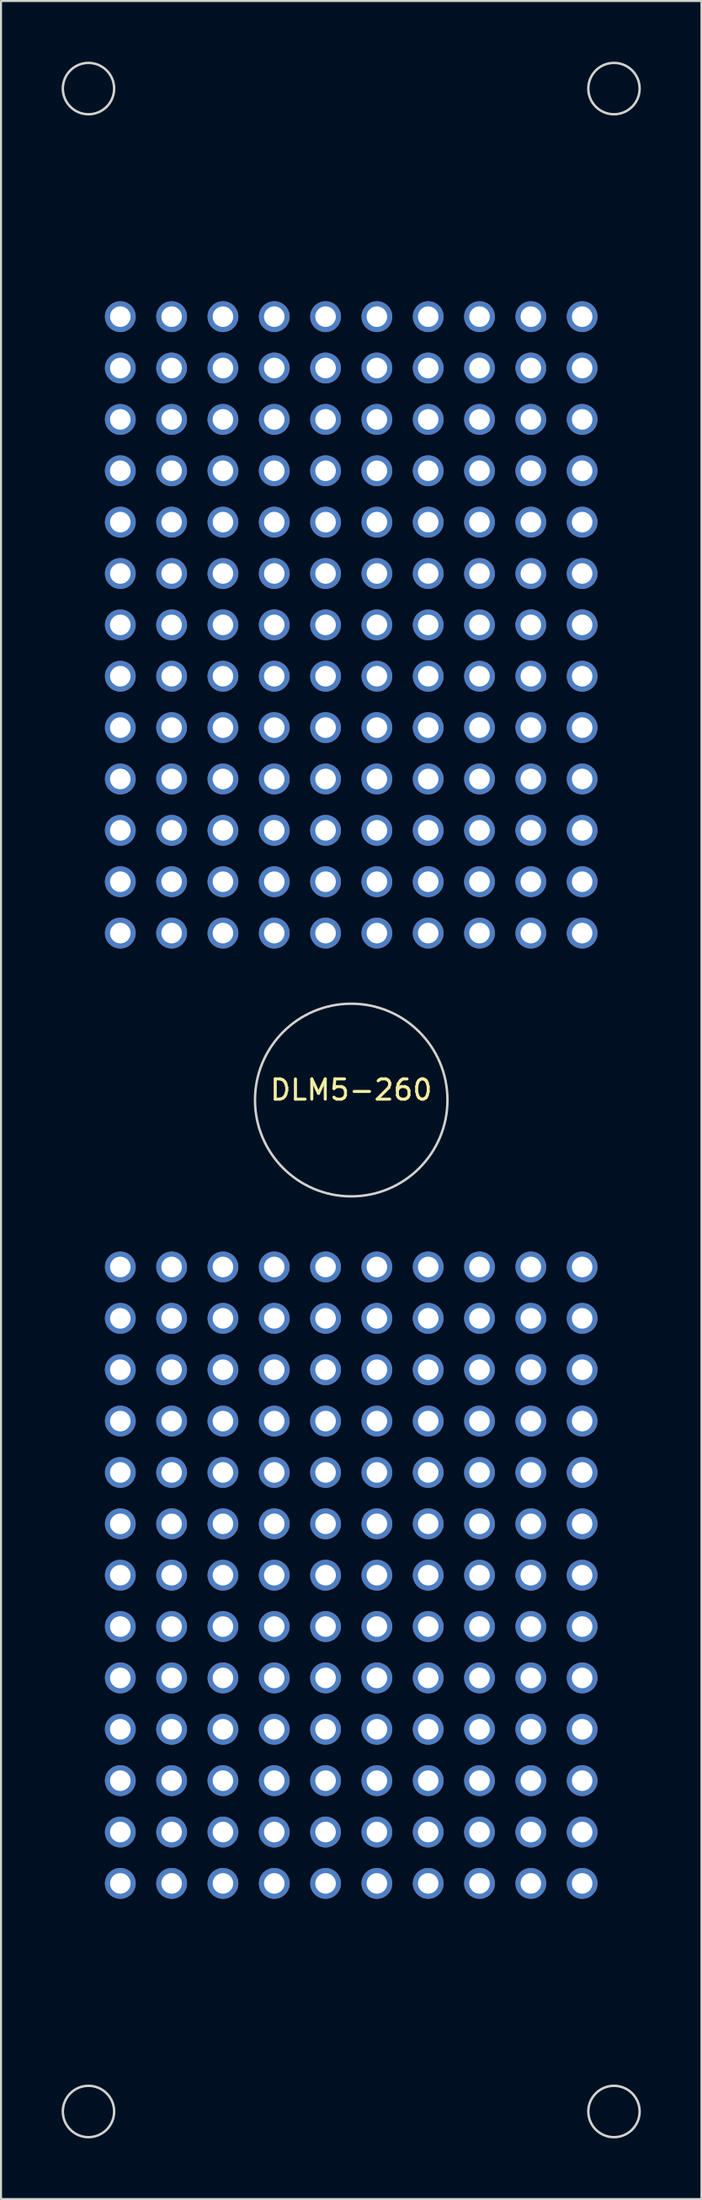
<source format=kicad_pcb>
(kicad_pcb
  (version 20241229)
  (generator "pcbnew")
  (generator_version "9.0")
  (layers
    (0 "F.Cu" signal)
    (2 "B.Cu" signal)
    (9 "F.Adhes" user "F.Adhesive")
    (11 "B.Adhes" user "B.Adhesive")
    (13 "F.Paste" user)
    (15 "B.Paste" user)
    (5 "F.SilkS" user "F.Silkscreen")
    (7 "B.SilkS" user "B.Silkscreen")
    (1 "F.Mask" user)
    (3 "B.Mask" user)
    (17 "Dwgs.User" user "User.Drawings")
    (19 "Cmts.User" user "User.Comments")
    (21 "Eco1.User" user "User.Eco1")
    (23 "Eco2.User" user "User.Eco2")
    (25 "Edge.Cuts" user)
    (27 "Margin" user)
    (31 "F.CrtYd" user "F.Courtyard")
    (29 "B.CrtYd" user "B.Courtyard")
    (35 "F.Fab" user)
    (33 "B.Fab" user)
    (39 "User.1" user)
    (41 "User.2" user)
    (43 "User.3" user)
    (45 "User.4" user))
  (footprint "DLM5-260"
    (layer "F.Cu")
    (at 14.335 51.343)
    (property "Reference" "DLM5-260" (at 0 -0.5 0) (unlocked yes) (layer "F.SilkS") (effects (font (size 1 1) (thickness 0.15))))
    (attr through_hole)
    (fp_circle (center -13.005 -50.013) (end -11.735 -50.013) (stroke (width 0.12) (type solid)) (fill no) (layer "Edge.Cuts"))
    (fp_circle (center -13.005 50.013) (end -11.735 50.013) (stroke (width 0.12) (type solid)) (fill no) (layer "Edge.Cuts"))
    (fp_circle (center 0 0) (end 4.763 0) (stroke (width 0.12) (type solid)) (fill no) (layer "Edge.Cuts"))
    (fp_circle (center 13.005 -50.013) (end 14.275 -50.013) (stroke (width 0.12) (type solid)) (fill no) (layer "Edge.Cuts"))
    (fp_circle (center 13.005 50.013) (end 14.275 50.013) (stroke (width 0.12) (type solid)) (fill no) (layer "Edge.Cuts"))
    (pad "1" thru_hole circle (at -11.43 -38.735) (size 1.524 1.524) (drill 1.016) (layers "*.Cu" "*.Mask"))
    (pad "2" thru_hole circle (at -8.89 -38.735) (size 1.524 1.524) (drill 1.016) (layers "*.Cu" "*.Mask"))
    (pad "3" thru_hole circle (at -6.35 -38.735) (size 1.524 1.524) (drill 1.016) (layers "*.Cu" "*.Mask"))
    (pad "4" thru_hole circle (at -3.81 -38.735) (size 1.524 1.524) (drill 1.016) (layers "*.Cu" "*.Mask"))
    (pad "5" thru_hole circle (at -1.27 -38.735) (size 1.524 1.524) (drill 1.016) (layers "*.Cu" "*.Mask"))
    (pad "6" thru_hole circle (at 1.27 -38.735) (size 1.524 1.524) (drill 1.016) (layers "*.Cu" "*.Mask"))
    (pad "7" thru_hole circle (at 3.81 -38.735) (size 1.524 1.524) (drill 1.016) (layers "*.Cu" "*.Mask"))
    (pad "8" thru_hole circle (at 6.35 -38.735) (size 1.524 1.524) (drill 1.016) (layers "*.Cu" "*.Mask"))
    (pad "9" thru_hole circle (at 8.89 -38.735) (size 1.524 1.524) (drill 1.016) (layers "*.Cu" "*.Mask"))
    (pad "10" thru_hole circle (at 11.43 -38.735) (size 1.524 1.524) (drill 1.016) (layers "*.Cu" "*.Mask"))
    (pad "11" thru_hole circle (at -11.43 -36.195) (size 1.524 1.524) (drill 1.016) (layers "*.Cu" "*.Mask"))
    (pad "12" thru_hole circle (at -8.89 -36.195) (size 1.524 1.524) (drill 1.016) (layers "*.Cu" "*.Mask"))
    (pad "13" thru_hole circle (at -6.35 -36.195) (size 1.524 1.524) (drill 1.016) (layers "*.Cu" "*.Mask"))
    (pad "14" thru_hole circle (at -3.81 -36.195) (size 1.524 1.524) (drill 1.016) (layers "*.Cu" "*.Mask"))
    (pad "15" thru_hole circle (at -1.27 -36.195) (size 1.524 1.524) (drill 1.016) (layers "*.Cu" "*.Mask"))
    (pad "16" thru_hole circle (at 1.27 -36.195) (size 1.524 1.524) (drill 1.016) (layers "*.Cu" "*.Mask"))
    (pad "17" thru_hole circle (at 3.81 -36.195) (size 1.524 1.524) (drill 1.016) (layers "*.Cu" "*.Mask"))
    (pad "18" thru_hole circle (at 6.35 -36.195) (size 1.524 1.524) (drill 1.016) (layers "*.Cu" "*.Mask"))
    (pad "19" thru_hole circle (at 8.89 -36.195) (size 1.524 1.524) (drill 1.016) (layers "*.Cu" "*.Mask"))
    (pad "20" thru_hole circle (at 11.43 -36.195) (size 1.524 1.524) (drill 1.016) (layers "*.Cu" "*.Mask"))
    (pad "21" thru_hole circle (at -11.43 -33.655) (size 1.524 1.524) (drill 1.016) (layers "*.Cu" "*.Mask"))
    (pad "22" thru_hole circle (at -8.89 -33.655) (size 1.524 1.524) (drill 1.016) (layers "*.Cu" "*.Mask"))
    (pad "23" thru_hole circle (at -6.35 -33.655) (size 1.524 1.524) (drill 1.016) (layers "*.Cu" "*.Mask"))
    (pad "24" thru_hole circle (at -3.81 -33.655) (size 1.524 1.524) (drill 1.016) (layers "*.Cu" "*.Mask"))
    (pad "25" thru_hole circle (at -1.27 -33.655) (size 1.524 1.524) (drill 1.016) (layers "*.Cu" "*.Mask"))
    (pad "26" thru_hole circle (at 1.27 -33.655) (size 1.524 1.524) (drill 1.016) (layers "*.Cu" "*.Mask"))
    (pad "27" thru_hole circle (at 3.81 -33.655) (size 1.524 1.524) (drill 1.016) (layers "*.Cu" "*.Mask"))
    (pad "28" thru_hole circle (at 6.35 -33.655) (size 1.524 1.524) (drill 1.016) (layers "*.Cu" "*.Mask"))
    (pad "29" thru_hole circle (at 8.89 -33.655) (size 1.524 1.524) (drill 1.016) (layers "*.Cu" "*.Mask"))
    (pad "30" thru_hole circle (at 11.43 -33.655) (size 1.524 1.524) (drill 1.016) (layers "*.Cu" "*.Mask"))
    (pad "31" thru_hole circle (at -11.43 -31.115) (size 1.524 1.524) (drill 1.016) (layers "*.Cu" "*.Mask"))
    (pad "32" thru_hole circle (at -8.89 -31.115) (size 1.524 1.524) (drill 1.016) (layers "*.Cu" "*.Mask"))
    (pad "33" thru_hole circle (at -6.35 -31.115) (size 1.524 1.524) (drill 1.016) (layers "*.Cu" "*.Mask"))
    (pad "34" thru_hole circle (at -3.81 -31.115) (size 1.524 1.524) (drill 1.016) (layers "*.Cu" "*.Mask"))
    (pad "35" thru_hole circle (at -1.27 -31.115) (size 1.524 1.524) (drill 1.016) (layers "*.Cu" "*.Mask"))
    (pad "36" thru_hole circle (at 1.27 -31.115) (size 1.524 1.524) (drill 1.016) (layers "*.Cu" "*.Mask"))
    (pad "37" thru_hole circle (at 3.81 -31.115) (size 1.524 1.524) (drill 1.016) (layers "*.Cu" "*.Mask"))
    (pad "38" thru_hole circle (at 6.35 -31.115) (size 1.524 1.524) (drill 1.016) (layers "*.Cu" "*.Mask"))
    (pad "39" thru_hole circle (at 8.89 -31.115) (size 1.524 1.524) (drill 1.016) (layers "*.Cu" "*.Mask"))
    (pad "40" thru_hole circle (at 11.43 -31.115) (size 1.524 1.524) (drill 1.016) (layers "*.Cu" "*.Mask"))
    (pad "41" thru_hole circle (at -11.43 -28.575) (size 1.524 1.524) (drill 1.016) (layers "*.Cu" "*.Mask"))
    (pad "42" thru_hole circle (at -8.89 -28.575) (size 1.524 1.524) (drill 1.016) (layers "*.Cu" "*.Mask"))
    (pad "43" thru_hole circle (at -6.35 -28.575) (size 1.524 1.524) (drill 1.016) (layers "*.Cu" "*.Mask"))
    (pad "44" thru_hole circle (at -3.81 -28.575) (size 1.524 1.524) (drill 1.016) (layers "*.Cu" "*.Mask"))
    (pad "45" thru_hole circle (at -1.27 -28.575) (size 1.524 1.524) (drill 1.016) (layers "*.Cu" "*.Mask"))
    (pad "46" thru_hole circle (at 1.27 -28.575) (size 1.524 1.524) (drill 1.016) (layers "*.Cu" "*.Mask"))
    (pad "47" thru_hole circle (at 3.81 -28.575) (size 1.524 1.524) (drill 1.016) (layers "*.Cu" "*.Mask"))
    (pad "48" thru_hole circle (at 6.35 -28.575) (size 1.524 1.524) (drill 1.016) (layers "*.Cu" "*.Mask"))
    (pad "49" thru_hole circle (at 8.89 -28.575) (size 1.524 1.524) (drill 1.016) (layers "*.Cu" "*.Mask"))
    (pad "50" thru_hole circle (at 11.43 -28.575) (size 1.524 1.524) (drill 1.016) (layers "*.Cu" "*.Mask"))
    (pad "51" thru_hole circle (at -11.43 -26.035) (size 1.524 1.524) (drill 1.016) (layers "*.Cu" "*.Mask"))
    (pad "52" thru_hole circle (at -8.89 -26.035) (size 1.524 1.524) (drill 1.016) (layers "*.Cu" "*.Mask"))
    (pad "53" thru_hole circle (at -6.35 -26.035) (size 1.524 1.524) (drill 1.016) (layers "*.Cu" "*.Mask"))
    (pad "54" thru_hole circle (at -3.81 -26.035) (size 1.524 1.524) (drill 1.016) (layers "*.Cu" "*.Mask"))
    (pad "55" thru_hole circle (at -1.27 -26.035) (size 1.524 1.524) (drill 1.016) (layers "*.Cu" "*.Mask"))
    (pad "56" thru_hole circle (at 1.27 -26.035) (size 1.524 1.524) (drill 1.016) (layers "*.Cu" "*.Mask"))
    (pad "57" thru_hole circle (at 3.81 -26.035) (size 1.524 1.524) (drill 1.016) (layers "*.Cu" "*.Mask"))
    (pad "58" thru_hole circle (at 6.35 -26.035) (size 1.524 1.524) (drill 1.016) (layers "*.Cu" "*.Mask"))
    (pad "59" thru_hole circle (at 8.89 -26.035) (size 1.524 1.524) (drill 1.016) (layers "*.Cu" "*.Mask"))
    (pad "60" thru_hole circle (at 11.43 -26.035) (size 1.524 1.524) (drill 1.016) (layers "*.Cu" "*.Mask"))
    (pad "61" thru_hole circle (at -11.43 -23.495) (size 1.524 1.524) (drill 1.016) (layers "*.Cu" "*.Mask"))
    (pad "62" thru_hole circle (at -8.89 -23.495) (size 1.524 1.524) (drill 1.016) (layers "*.Cu" "*.Mask"))
    (pad "63" thru_hole circle (at -6.35 -23.495) (size 1.524 1.524) (drill 1.016) (layers "*.Cu" "*.Mask"))
    (pad "64" thru_hole circle (at -3.81 -23.495) (size 1.524 1.524) (drill 1.016) (layers "*.Cu" "*.Mask"))
    (pad "65" thru_hole circle (at -1.27 -23.495) (size 1.524 1.524) (drill 1.016) (layers "*.Cu" "*.Mask"))
    (pad "66" thru_hole circle (at 1.27 -23.495) (size 1.524 1.524) (drill 1.016) (layers "*.Cu" "*.Mask"))
    (pad "67" thru_hole circle (at 3.81 -23.495) (size 1.524 1.524) (drill 1.016) (layers "*.Cu" "*.Mask"))
    (pad "68" thru_hole circle (at 6.35 -23.495) (size 1.524 1.524) (drill 1.016) (layers "*.Cu" "*.Mask"))
    (pad "69" thru_hole circle (at 8.89 -23.495) (size 1.524 1.524) (drill 1.016) (layers "*.Cu" "*.Mask"))
    (pad "70" thru_hole circle (at 11.43 -23.495) (size 1.524 1.524) (drill 1.016) (layers "*.Cu" "*.Mask"))
    (pad "71" thru_hole circle (at -11.43 -20.955) (size 1.524 1.524) (drill 1.016) (layers "*.Cu" "*.Mask"))
    (pad "72" thru_hole circle (at -8.89 -20.955) (size 1.524 1.524) (drill 1.016) (layers "*.Cu" "*.Mask"))
    (pad "73" thru_hole circle (at -6.35 -20.955) (size 1.524 1.524) (drill 1.016) (layers "*.Cu" "*.Mask"))
    (pad "74" thru_hole circle (at -3.81 -20.955) (size 1.524 1.524) (drill 1.016) (layers "*.Cu" "*.Mask"))
    (pad "75" thru_hole circle (at -1.27 -20.955) (size 1.524 1.524) (drill 1.016) (layers "*.Cu" "*.Mask"))
    (pad "76" thru_hole circle (at 1.27 -20.955) (size 1.524 1.524) (drill 1.016) (layers "*.Cu" "*.Mask"))
    (pad "77" thru_hole circle (at 3.81 -20.955) (size 1.524 1.524) (drill 1.016) (layers "*.Cu" "*.Mask"))
    (pad "78" thru_hole circle (at 6.35 -20.955) (size 1.524 1.524) (drill 1.016) (layers "*.Cu" "*.Mask"))
    (pad "79" thru_hole circle (at 8.89 -20.955) (size 1.524 1.524) (drill 1.016) (layers "*.Cu" "*.Mask"))
    (pad "80" thru_hole circle (at 11.43 -20.955) (size 1.524 1.524) (drill 1.016) (layers "*.Cu" "*.Mask"))
    (pad "81" thru_hole circle (at -11.43 -18.415) (size 1.524 1.524) (drill 1.016) (layers "*.Cu" "*.Mask"))
    (pad "82" thru_hole circle (at -8.89 -18.415) (size 1.524 1.524) (drill 1.016) (layers "*.Cu" "*.Mask"))
    (pad "83" thru_hole circle (at -6.35 -18.415) (size 1.524 1.524) (drill 1.016) (layers "*.Cu" "*.Mask"))
    (pad "84" thru_hole circle (at -3.81 -18.415) (size 1.524 1.524) (drill 1.016) (layers "*.Cu" "*.Mask"))
    (pad "85" thru_hole circle (at -1.27 -18.415) (size 1.524 1.524) (drill 1.016) (layers "*.Cu" "*.Mask"))
    (pad "86" thru_hole circle (at 1.27 -18.415) (size 1.524 1.524) (drill 1.016) (layers "*.Cu" "*.Mask"))
    (pad "87" thru_hole circle (at 3.81 -18.415) (size 1.524 1.524) (drill 1.016) (layers "*.Cu" "*.Mask"))
    (pad "88" thru_hole circle (at 6.35 -18.415) (size 1.524 1.524) (drill 1.016) (layers "*.Cu" "*.Mask"))
    (pad "89" thru_hole circle (at 8.89 -18.415) (size 1.524 1.524) (drill 1.016) (layers "*.Cu" "*.Mask"))
    (pad "90" thru_hole circle (at 11.43 -18.415) (size 1.524 1.524) (drill 1.016) (layers "*.Cu" "*.Mask"))
    (pad "91" thru_hole circle (at -11.43 -15.875) (size 1.524 1.524) (drill 1.016) (layers "*.Cu" "*.Mask"))
    (pad "92" thru_hole circle (at -8.89 -15.875) (size 1.524 1.524) (drill 1.016) (layers "*.Cu" "*.Mask"))
    (pad "93" thru_hole circle (at -6.35 -15.875) (size 1.524 1.524) (drill 1.016) (layers "*.Cu" "*.Mask"))
    (pad "94" thru_hole circle (at -3.81 -15.875) (size 1.524 1.524) (drill 1.016) (layers "*.Cu" "*.Mask"))
    (pad "95" thru_hole circle (at -1.27 -15.875) (size 1.524 1.524) (drill 1.016) (layers "*.Cu" "*.Mask"))
    (pad "96" thru_hole circle (at 1.27 -15.875) (size 1.524 1.524) (drill 1.016) (layers "*.Cu" "*.Mask"))
    (pad "97" thru_hole circle (at 3.81 -15.875) (size 1.524 1.524) (drill 1.016) (layers "*.Cu" "*.Mask"))
    (pad "98" thru_hole circle (at 6.35 -15.875) (size 1.524 1.524) (drill 1.016) (layers "*.Cu" "*.Mask"))
    (pad "99" thru_hole circle (at 8.89 -15.875) (size 1.524 1.524) (drill 1.016) (layers "*.Cu" "*.Mask"))
    (pad "100" thru_hole circle (at 11.43 -15.875) (size 1.524 1.524) (drill 1.016) (layers "*.Cu" "*.Mask"))
    (pad "101" thru_hole circle (at -11.43 -13.335) (size 1.524 1.524) (drill 1.016) (layers "*.Cu" "*.Mask"))
    (pad "102" thru_hole circle (at -8.89 -13.335) (size 1.524 1.524) (drill 1.016) (layers "*.Cu" "*.Mask"))
    (pad "103" thru_hole circle (at -6.35 -13.335) (size 1.524 1.524) (drill 1.016) (layers "*.Cu" "*.Mask"))
    (pad "104" thru_hole circle (at -3.81 -13.335) (size 1.524 1.524) (drill 1.016) (layers "*.Cu" "*.Mask"))
    (pad "105" thru_hole circle (at -1.27 -13.335) (size 1.524 1.524) (drill 1.016) (layers "*.Cu" "*.Mask"))
    (pad "106" thru_hole circle (at 1.27 -13.335) (size 1.524 1.524) (drill 1.016) (layers "*.Cu" "*.Mask"))
    (pad "107" thru_hole circle (at 3.81 -13.335) (size 1.524 1.524) (drill 1.016) (layers "*.Cu" "*.Mask"))
    (pad "108" thru_hole circle (at 6.35 -13.335) (size 1.524 1.524) (drill 1.016) (layers "*.Cu" "*.Mask"))
    (pad "109" thru_hole circle (at 8.89 -13.335) (size 1.524 1.524) (drill 1.016) (layers "*.Cu" "*.Mask"))
    (pad "110" thru_hole circle (at 11.43 -13.335) (size 1.524 1.524) (drill 1.016) (layers "*.Cu" "*.Mask"))
    (pad "111" thru_hole circle (at -11.43 -10.795) (size 1.524 1.524) (drill 1.016) (layers "*.Cu" "*.Mask"))
    (pad "112" thru_hole circle (at -8.89 -10.795) (size 1.524 1.524) (drill 1.016) (layers "*.Cu" "*.Mask"))
    (pad "113" thru_hole circle (at -6.35 -10.795) (size 1.524 1.524) (drill 1.016) (layers "*.Cu" "*.Mask"))
    (pad "114" thru_hole circle (at -3.81 -10.795) (size 1.524 1.524) (drill 1.016) (layers "*.Cu" "*.Mask"))
    (pad "115" thru_hole circle (at -1.27 -10.795) (size 1.524 1.524) (drill 1.016) (layers "*.Cu" "*.Mask"))
    (pad "116" thru_hole circle (at 1.27 -10.795) (size 1.524 1.524) (drill 1.016) (layers "*.Cu" "*.Mask"))
    (pad "117" thru_hole circle (at 3.81 -10.795) (size 1.524 1.524) (drill 1.016) (layers "*.Cu" "*.Mask"))
    (pad "118" thru_hole circle (at 6.35 -10.795) (size 1.524 1.524) (drill 1.016) (layers "*.Cu" "*.Mask"))
    (pad "119" thru_hole circle (at 8.89 -10.795) (size 1.524 1.524) (drill 1.016) (layers "*.Cu" "*.Mask"))
    (pad "120" thru_hole circle (at 11.43 -10.795) (size 1.524 1.524) (drill 1.016) (layers "*.Cu" "*.Mask"))
    (pad "121" thru_hole circle (at -11.43 -8.255) (size 1.524 1.524) (drill 1.016) (layers "*.Cu" "*.Mask"))
    (pad "122" thru_hole circle (at -8.89 -8.255) (size 1.524 1.524) (drill 1.016) (layers "*.Cu" "*.Mask"))
    (pad "123" thru_hole circle (at -6.35 -8.255) (size 1.524 1.524) (drill 1.016) (layers "*.Cu" "*.Mask"))
    (pad "124" thru_hole circle (at -3.81 -8.255) (size 1.524 1.524) (drill 1.016) (layers "*.Cu" "*.Mask"))
    (pad "125" thru_hole circle (at -1.27 -8.255) (size 1.524 1.524) (drill 1.016) (layers "*.Cu" "*.Mask"))
    (pad "126" thru_hole circle (at 1.27 -8.255) (size 1.524 1.524) (drill 1.016) (layers "*.Cu" "*.Mask"))
    (pad "127" thru_hole circle (at 3.81 -8.255) (size 1.524 1.524) (drill 1.016) (layers "*.Cu" "*.Mask"))
    (pad "128" thru_hole circle (at 6.35 -8.255) (size 1.524 1.524) (drill 1.016) (layers "*.Cu" "*.Mask"))
    (pad "129" thru_hole circle (at 8.89 -8.255) (size 1.524 1.524) (drill 1.016) (layers "*.Cu" "*.Mask"))
    (pad "130" thru_hole circle (at 11.43 -8.255) (size 1.524 1.524) (drill 1.016) (layers "*.Cu" "*.Mask"))
    (pad "131" thru_hole circle (at -11.43 8.255) (size 1.524 1.524) (drill 1.016) (layers "*.Cu" "*.Mask"))
    (pad "132" thru_hole circle (at -8.89 8.255) (size 1.524 1.524) (drill 1.016) (layers "*.Cu" "*.Mask"))
    (pad "133" thru_hole circle (at -6.35 8.255) (size 1.524 1.524) (drill 1.016) (layers "*.Cu" "*.Mask"))
    (pad "134" thru_hole circle (at -3.81 8.255) (size 1.524 1.524) (drill 1.016) (layers "*.Cu" "*.Mask"))
    (pad "135" thru_hole circle (at -1.27 8.255) (size 1.524 1.524) (drill 1.016) (layers "*.Cu" "*.Mask"))
    (pad "136" thru_hole circle (at 1.27 8.255) (size 1.524 1.524) (drill 1.016) (layers "*.Cu" "*.Mask"))
    (pad "137" thru_hole circle (at 3.81 8.255) (size 1.524 1.524) (drill 1.016) (layers "*.Cu" "*.Mask"))
    (pad "138" thru_hole circle (at 6.35 8.255) (size 1.524 1.524) (drill 1.016) (layers "*.Cu" "*.Mask"))
    (pad "139" thru_hole circle (at 8.89 8.255) (size 1.524 1.524) (drill 1.016) (layers "*.Cu" "*.Mask"))
    (pad "140" thru_hole circle (at 11.43 8.255) (size 1.524 1.524) (drill 1.016) (layers "*.Cu" "*.Mask"))
    (pad "141" thru_hole circle (at -11.43 10.795) (size 1.524 1.524) (drill 1.016) (layers "*.Cu" "*.Mask"))
    (pad "142" thru_hole circle (at -8.89 10.795) (size 1.524 1.524) (drill 1.016) (layers "*.Cu" "*.Mask"))
    (pad "143" thru_hole circle (at -6.35 10.795) (size 1.524 1.524) (drill 1.016) (layers "*.Cu" "*.Mask"))
    (pad "144" thru_hole circle (at -3.81 10.795) (size 1.524 1.524) (drill 1.016) (layers "*.Cu" "*.Mask"))
    (pad "145" thru_hole circle (at -1.27 10.795) (size 1.524 1.524) (drill 1.016) (layers "*.Cu" "*.Mask"))
    (pad "146" thru_hole circle (at 1.27 10.795) (size 1.524 1.524) (drill 1.016) (layers "*.Cu" "*.Mask"))
    (pad "147" thru_hole circle (at 3.81 10.795) (size 1.524 1.524) (drill 1.016) (layers "*.Cu" "*.Mask"))
    (pad "148" thru_hole circle (at 6.35 10.795) (size 1.524 1.524) (drill 1.016) (layers "*.Cu" "*.Mask"))
    (pad "149" thru_hole circle (at 8.89 10.795) (size 1.524 1.524) (drill 1.016) (layers "*.Cu" "*.Mask"))
    (pad "150" thru_hole circle (at 11.43 10.795) (size 1.524 1.524) (drill 1.016) (layers "*.Cu" "*.Mask"))
    (pad "151" thru_hole circle (at -11.43 13.335) (size 1.524 1.524) (drill 1.016) (layers "*.Cu" "*.Mask"))
    (pad "152" thru_hole circle (at -8.89 13.335) (size 1.524 1.524) (drill 1.016) (layers "*.Cu" "*.Mask"))
    (pad "153" thru_hole circle (at -6.35 13.335) (size 1.524 1.524) (drill 1.016) (layers "*.Cu" "*.Mask"))
    (pad "154" thru_hole circle (at -3.81 13.335) (size 1.524 1.524) (drill 1.016) (layers "*.Cu" "*.Mask"))
    (pad "155" thru_hole circle (at -1.27 13.335) (size 1.524 1.524) (drill 1.016) (layers "*.Cu" "*.Mask"))
    (pad "156" thru_hole circle (at 1.27 13.335) (size 1.524 1.524) (drill 1.016) (layers "*.Cu" "*.Mask"))
    (pad "157" thru_hole circle (at 3.81 13.335) (size 1.524 1.524) (drill 1.016) (layers "*.Cu" "*.Mask"))
    (pad "158" thru_hole circle (at 6.35 13.335) (size 1.524 1.524) (drill 1.016) (layers "*.Cu" "*.Mask"))
    (pad "159" thru_hole circle (at 8.89 13.335) (size 1.524 1.524) (drill 1.016) (layers "*.Cu" "*.Mask"))
    (pad "160" thru_hole circle (at 11.43 13.335) (size 1.524 1.524) (drill 1.016) (layers "*.Cu" "*.Mask"))
    (pad "161" thru_hole circle (at -11.43 15.875) (size 1.524 1.524) (drill 1.016) (layers "*.Cu" "*.Mask"))
    (pad "162" thru_hole circle (at -8.89 15.875) (size 1.524 1.524) (drill 1.016) (layers "*.Cu" "*.Mask"))
    (pad "163" thru_hole circle (at -6.35 15.875) (size 1.524 1.524) (drill 1.016) (layers "*.Cu" "*.Mask"))
    (pad "164" thru_hole circle (at -3.81 15.875) (size 1.524 1.524) (drill 1.016) (layers "*.Cu" "*.Mask"))
    (pad "165" thru_hole circle (at -1.27 15.875) (size 1.524 1.524) (drill 1.016) (layers "*.Cu" "*.Mask"))
    (pad "166" thru_hole circle (at 1.27 15.875) (size 1.524 1.524) (drill 1.016) (layers "*.Cu" "*.Mask"))
    (pad "167" thru_hole circle (at 3.81 15.875) (size 1.524 1.524) (drill 1.016) (layers "*.Cu" "*.Mask"))
    (pad "168" thru_hole circle (at 6.35 15.875) (size 1.524 1.524) (drill 1.016) (layers "*.Cu" "*.Mask"))
    (pad "169" thru_hole circle (at 8.89 15.875) (size 1.524 1.524) (drill 1.016) (layers "*.Cu" "*.Mask"))
    (pad "170" thru_hole circle (at 11.43 15.875) (size 1.524 1.524) (drill 1.016) (layers "*.Cu" "*.Mask"))
    (pad "171" thru_hole circle (at -11.43 18.415) (size 1.524 1.524) (drill 1.016) (layers "*.Cu" "*.Mask"))
    (pad "172" thru_hole circle (at -8.89 18.415) (size 1.524 1.524) (drill 1.016) (layers "*.Cu" "*.Mask"))
    (pad "173" thru_hole circle (at -6.35 18.415) (size 1.524 1.524) (drill 1.016) (layers "*.Cu" "*.Mask"))
    (pad "174" thru_hole circle (at -3.81 18.415) (size 1.524 1.524) (drill 1.016) (layers "*.Cu" "*.Mask"))
    (pad "175" thru_hole circle (at -1.27 18.415) (size 1.524 1.524) (drill 1.016) (layers "*.Cu" "*.Mask"))
    (pad "176" thru_hole circle (at 1.27 18.415) (size 1.524 1.524) (drill 1.016) (layers "*.Cu" "*.Mask"))
    (pad "177" thru_hole circle (at 3.81 18.415) (size 1.524 1.524) (drill 1.016) (layers "*.Cu" "*.Mask"))
    (pad "178" thru_hole circle (at 6.35 18.415) (size 1.524 1.524) (drill 1.016) (layers "*.Cu" "*.Mask"))
    (pad "179" thru_hole circle (at 8.89 18.415) (size 1.524 1.524) (drill 1.016) (layers "*.Cu" "*.Mask"))
    (pad "180" thru_hole circle (at 11.43 18.415) (size 1.524 1.524) (drill 1.016) (layers "*.Cu" "*.Mask"))
    (pad "181" thru_hole circle (at -11.43 20.955) (size 1.524 1.524) (drill 1.016) (layers "*.Cu" "*.Mask"))
    (pad "182" thru_hole circle (at -8.89 20.955) (size 1.524 1.524) (drill 1.016) (layers "*.Cu" "*.Mask"))
    (pad "183" thru_hole circle (at -6.35 20.955) (size 1.524 1.524) (drill 1.016) (layers "*.Cu" "*.Mask"))
    (pad "184" thru_hole circle (at -3.81 20.955) (size 1.524 1.524) (drill 1.016) (layers "*.Cu" "*.Mask"))
    (pad "185" thru_hole circle (at -1.27 20.955) (size 1.524 1.524) (drill 1.016) (layers "*.Cu" "*.Mask"))
    (pad "186" thru_hole circle (at 1.27 20.955) (size 1.524 1.524) (drill 1.016) (layers "*.Cu" "*.Mask"))
    (pad "187" thru_hole circle (at 3.81 20.955) (size 1.524 1.524) (drill 1.016) (layers "*.Cu" "*.Mask"))
    (pad "188" thru_hole circle (at 6.35 20.955) (size 1.524 1.524) (drill 1.016) (layers "*.Cu" "*.Mask"))
    (pad "189" thru_hole circle (at 8.89 20.955) (size 1.524 1.524) (drill 1.016) (layers "*.Cu" "*.Mask"))
    (pad "190" thru_hole circle (at 11.43 20.955) (size 1.524 1.524) (drill 1.016) (layers "*.Cu" "*.Mask"))
    (pad "191" thru_hole circle (at -11.43 23.495) (size 1.524 1.524) (drill 1.016) (layers "*.Cu" "*.Mask"))
    (pad "192" thru_hole circle (at -8.89 23.495) (size 1.524 1.524) (drill 1.016) (layers "*.Cu" "*.Mask"))
    (pad "193" thru_hole circle (at -6.35 23.495) (size 1.524 1.524) (drill 1.016) (layers "*.Cu" "*.Mask"))
    (pad "194" thru_hole circle (at -3.81 23.495) (size 1.524 1.524) (drill 1.016) (layers "*.Cu" "*.Mask"))
    (pad "195" thru_hole circle (at -1.27 23.495) (size 1.524 1.524) (drill 1.016) (layers "*.Cu" "*.Mask"))
    (pad "196" thru_hole circle (at 1.27 23.495) (size 1.524 1.524) (drill 1.016) (layers "*.Cu" "*.Mask"))
    (pad "197" thru_hole circle (at 3.81 23.495) (size 1.524 1.524) (drill 1.016) (layers "*.Cu" "*.Mask"))
    (pad "198" thru_hole circle (at 6.35 23.495) (size 1.524 1.524) (drill 1.016) (layers "*.Cu" "*.Mask"))
    (pad "199" thru_hole circle (at 8.89 23.495) (size 1.524 1.524) (drill 1.016) (layers "*.Cu" "*.Mask"))
    (pad "200" thru_hole circle (at 11.43 23.495) (size 1.524 1.524) (drill 1.016) (layers "*.Cu" "*.Mask"))
    (pad "201" thru_hole circle (at -11.43 26.035) (size 1.524 1.524) (drill 1.016) (layers "*.Cu" "*.Mask"))
    (pad "202" thru_hole circle (at -8.89 26.035) (size 1.524 1.524) (drill 1.016) (layers "*.Cu" "*.Mask"))
    (pad "203" thru_hole circle (at -6.35 26.035) (size 1.524 1.524) (drill 1.016) (layers "*.Cu" "*.Mask"))
    (pad "204" thru_hole circle (at -3.81 26.035) (size 1.524 1.524) (drill 1.016) (layers "*.Cu" "*.Mask"))
    (pad "205" thru_hole circle (at -1.27 26.035) (size 1.524 1.524) (drill 1.016) (layers "*.Cu" "*.Mask"))
    (pad "206" thru_hole circle (at 1.27 26.035) (size 1.524 1.524) (drill 1.016) (layers "*.Cu" "*.Mask"))
    (pad "207" thru_hole circle (at 3.81 26.035) (size 1.524 1.524) (drill 1.016) (layers "*.Cu" "*.Mask"))
    (pad "208" thru_hole circle (at 6.35 26.035) (size 1.524 1.524) (drill 1.016) (layers "*.Cu" "*.Mask"))
    (pad "209" thru_hole circle (at 8.89 26.035) (size 1.524 1.524) (drill 1.016) (layers "*.Cu" "*.Mask"))
    (pad "210" thru_hole circle (at 11.43 26.035) (size 1.524 1.524) (drill 1.016) (layers "*.Cu" "*.Mask"))
    (pad "211" thru_hole circle (at -11.43 28.575) (size 1.524 1.524) (drill 1.016) (layers "*.Cu" "*.Mask"))
    (pad "212" thru_hole circle (at -8.89 28.575) (size 1.524 1.524) (drill 1.016) (layers "*.Cu" "*.Mask"))
    (pad "213" thru_hole circle (at -6.35 28.575) (size 1.524 1.524) (drill 1.016) (layers "*.Cu" "*.Mask"))
    (pad "214" thru_hole circle (at -3.81 28.575) (size 1.524 1.524) (drill 1.016) (layers "*.Cu" "*.Mask"))
    (pad "215" thru_hole circle (at -1.27 28.575) (size 1.524 1.524) (drill 1.016) (layers "*.Cu" "*.Mask"))
    (pad "216" thru_hole circle (at 1.27 28.575) (size 1.524 1.524) (drill 1.016) (layers "*.Cu" "*.Mask"))
    (pad "217" thru_hole circle (at 3.81 28.575) (size 1.524 1.524) (drill 1.016) (layers "*.Cu" "*.Mask"))
    (pad "218" thru_hole circle (at 6.35 28.575) (size 1.524 1.524) (drill 1.016) (layers "*.Cu" "*.Mask"))
    (pad "219" thru_hole circle (at 8.89 28.575) (size 1.524 1.524) (drill 1.016) (layers "*.Cu" "*.Mask"))
    (pad "220" thru_hole circle (at 11.43 28.575) (size 1.524 1.524) (drill 1.016) (layers "*.Cu" "*.Mask"))
    (pad "221" thru_hole circle (at -11.43 31.115) (size 1.524 1.524) (drill 1.016) (layers "*.Cu" "*.Mask"))
    (pad "222" thru_hole circle (at -8.89 31.115) (size 1.524 1.524) (drill 1.016) (layers "*.Cu" "*.Mask"))
    (pad "223" thru_hole circle (at -6.35 31.115) (size 1.524 1.524) (drill 1.016) (layers "*.Cu" "*.Mask"))
    (pad "224" thru_hole circle (at -3.81 31.115) (size 1.524 1.524) (drill 1.016) (layers "*.Cu" "*.Mask"))
    (pad "225" thru_hole circle (at -1.27 31.115) (size 1.524 1.524) (drill 1.016) (layers "*.Cu" "*.Mask"))
    (pad "226" thru_hole circle (at 1.27 31.115) (size 1.524 1.524) (drill 1.016) (layers "*.Cu" "*.Mask"))
    (pad "227" thru_hole circle (at 3.81 31.115) (size 1.524 1.524) (drill 1.016) (layers "*.Cu" "*.Mask"))
    (pad "228" thru_hole circle (at 6.35 31.115) (size 1.524 1.524) (drill 1.016) (layers "*.Cu" "*.Mask"))
    (pad "229" thru_hole circle (at 8.89 31.115) (size 1.524 1.524) (drill 1.016) (layers "*.Cu" "*.Mask"))
    (pad "230" thru_hole circle (at 11.43 31.115) (size 1.524 1.524) (drill 1.016) (layers "*.Cu" "*.Mask"))
    (pad "231" thru_hole circle (at -11.43 33.655) (size 1.524 1.524) (drill 1.016) (layers "*.Cu" "*.Mask"))
    (pad "232" thru_hole circle (at -8.89 33.655) (size 1.524 1.524) (drill 1.016) (layers "*.Cu" "*.Mask"))
    (pad "233" thru_hole circle (at -6.35 33.655) (size 1.524 1.524) (drill 1.016) (layers "*.Cu" "*.Mask"))
    (pad "234" thru_hole circle (at -3.81 33.655) (size 1.524 1.524) (drill 1.016) (layers "*.Cu" "*.Mask"))
    (pad "235" thru_hole circle (at -1.27 33.655) (size 1.524 1.524) (drill 1.016) (layers "*.Cu" "*.Mask"))
    (pad "236" thru_hole circle (at 1.27 33.655) (size 1.524 1.524) (drill 1.016) (layers "*.Cu" "*.Mask"))
    (pad "237" thru_hole circle (at 3.81 33.655) (size 1.524 1.524) (drill 1.016) (layers "*.Cu" "*.Mask"))
    (pad "238" thru_hole circle (at 6.35 33.655) (size 1.524 1.524) (drill 1.016) (layers "*.Cu" "*.Mask"))
    (pad "239" thru_hole circle (at 8.89 33.655) (size 1.524 1.524) (drill 1.016) (layers "*.Cu" "*.Mask"))
    (pad "240" thru_hole circle (at 11.43 33.655) (size 1.524 1.524) (drill 1.016) (layers "*.Cu" "*.Mask"))
    (pad "241" thru_hole circle (at -11.43 36.195) (size 1.524 1.524) (drill 1.016) (layers "*.Cu" "*.Mask"))
    (pad "242" thru_hole circle (at -8.89 36.195) (size 1.524 1.524) (drill 1.016) (layers "*.Cu" "*.Mask"))
    (pad "243" thru_hole circle (at -6.35 36.195) (size 1.524 1.524) (drill 1.016) (layers "*.Cu" "*.Mask"))
    (pad "244" thru_hole circle (at -3.81 36.195) (size 1.524 1.524) (drill 1.016) (layers "*.Cu" "*.Mask"))
    (pad "245" thru_hole circle (at -1.27 36.195) (size 1.524 1.524) (drill 1.016) (layers "*.Cu" "*.Mask"))
    (pad "246" thru_hole circle (at 1.27 36.195) (size 1.524 1.524) (drill 1.016) (layers "*.Cu" "*.Mask"))
    (pad "247" thru_hole circle (at 3.81 36.195) (size 1.524 1.524) (drill 1.016) (layers "*.Cu" "*.Mask"))
    (pad "248" thru_hole circle (at 6.35 36.195) (size 1.524 1.524) (drill 1.016) (layers "*.Cu" "*.Mask"))
    (pad "249" thru_hole circle (at 8.89 36.195) (size 1.524 1.524) (drill 1.016) (layers "*.Cu" "*.Mask"))
    (pad "250" thru_hole circle (at 11.43 36.195) (size 1.524 1.524) (drill 1.016) (layers "*.Cu" "*.Mask"))
    (pad "251" thru_hole circle (at -11.43 38.735) (size 1.524 1.524) (drill 1.016) (layers "*.Cu" "*.Mask"))
    (pad "252" thru_hole circle (at -8.89 38.735) (size 1.524 1.524) (drill 1.016) (layers "*.Cu" "*.Mask"))
    (pad "253" thru_hole circle (at -6.35 38.735) (size 1.524 1.524) (drill 1.016) (layers "*.Cu" "*.Mask"))
    (pad "254" thru_hole circle (at -3.81 38.735) (size 1.524 1.524) (drill 1.016) (layers "*.Cu" "*.Mask"))
    (pad "255" thru_hole circle (at -1.27 38.735) (size 1.524 1.524) (drill 1.016) (layers "*.Cu" "*.Mask"))
    (pad "256" thru_hole circle (at 1.27 38.735) (size 1.524 1.524) (drill 1.016) (layers "*.Cu" "*.Mask"))
    (pad "257" thru_hole circle (at 3.81 38.735) (size 1.524 1.524) (drill 1.016) (layers "*.Cu" "*.Mask"))
    (pad "258" thru_hole circle (at 6.35 38.735) (size 1.524 1.524) (drill 1.016) (layers "*.Cu" "*.Mask"))
    (pad "259" thru_hole circle (at 8.89 38.735) (size 1.524 1.524) (drill 1.016) (layers "*.Cu" "*.Mask"))
    (pad "260" thru_hole circle (at 11.43 38.735) (size 1.524 1.524) (drill 1.016) (layers "*.Cu" "*.Mask")))
  (gr_rect
    (start -3 -3)
    (end 31.67 105.685)
    (stroke (width 0.1) (type default))
    (fill no)
    (layer "Edge.Cuts")))
</source>
